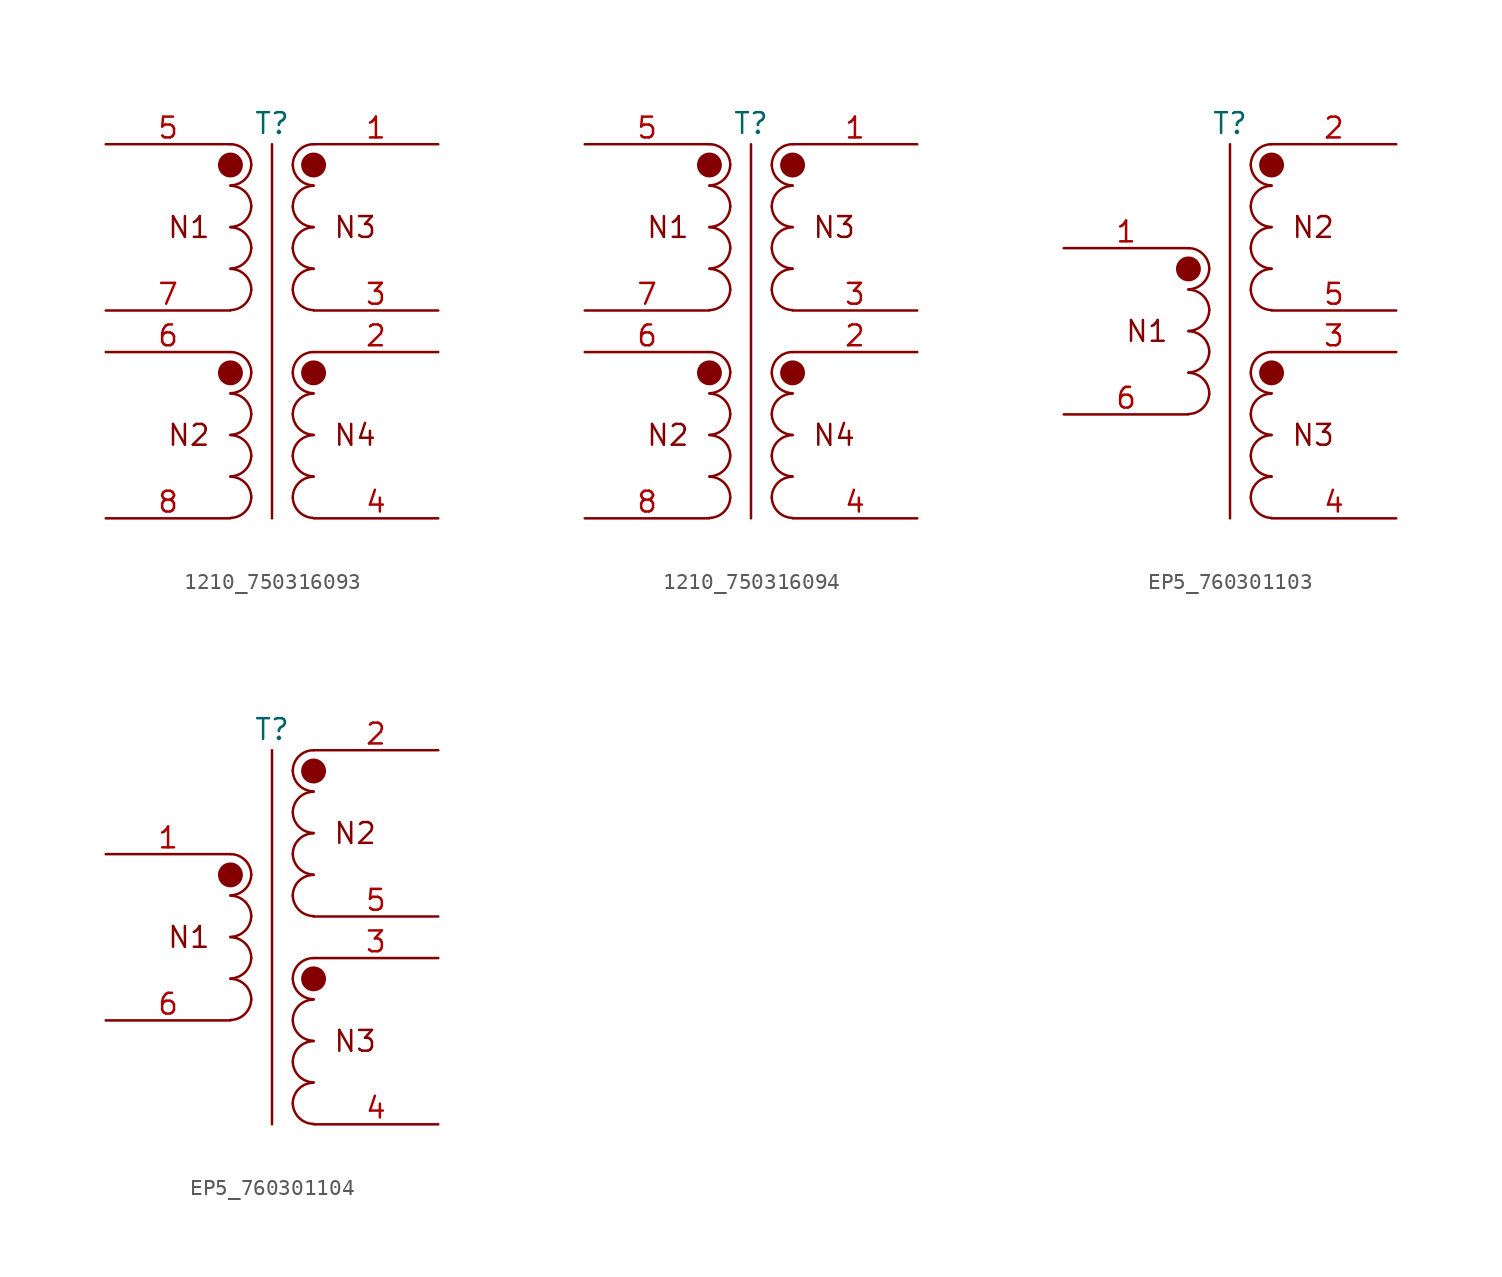
<source format=kicad_sym>
(kicad_symbol_lib
  (version 20220914)
  (generator kicad_symbol_editor)
  (symbol "1210_750316093"
    (pin_names hide)
    (property "Reference" "T"
      (at 0 12.7 0)
      (effects (font (size 1.27 1.27))))
    (property "Critical Parameter" ""
      (at 0 -5.08 0)
      (effects (font (size 1.27 1.27)) (justify left)))
    (symbol "1210_750316093_0_1"
      (arc (start -2.54 -11.4046) (mid -1.6561 -11.0363) (end -1.27 -10.16) (stroke (width 0) (type default)) (fill (type none)))
      (arc (start -2.54 -8.8646) (mid -1.6561 -8.4963) (end -1.27 -7.62) (stroke (width 0) (type default)) (fill (type none)))
      (arc (start -2.54 -6.3246) (mid -1.6561 -5.9563) (end -1.27 -5.08) (stroke (width 0) (type default)) (fill (type none)))
      (arc (start -2.54 -3.7846) (mid -1.6561 -3.4163) (end -1.27 -2.54) (stroke (width 0) (type default)) (fill (type none)))
      (arc (start -2.54 1.2954) (mid -1.6561 1.6637) (end -1.27 2.54) (stroke (width 0) (type default)) (fill (type none)))
      (arc (start -2.54 3.8354) (mid -1.6561 4.2037) (end -1.27 5.08) (stroke (width 0) (type default)) (fill (type none)))
      (arc (start -2.54 6.3754) (mid -1.6561 6.7437) (end -1.27 7.62) (stroke (width 0) (type default)) (fill (type none)))
      (arc (start -2.54 8.9154) (mid -1.6561 9.2837) (end -1.27 10.16) (stroke (width 0) (type default)) (fill (type none)))
      (arc (start -1.27 -10.16) (mid -1.642 -9.262) (end -2.54 -8.89) (stroke (width 0) (type default)) (fill (type none)))
      (arc (start -1.27 -7.62) (mid -1.642 -6.722) (end -2.54 -6.35) (stroke (width 0) (type default)) (fill (type none)))
      (arc (start -1.27 -5.08) (mid -1.642 -4.182) (end -2.54 -3.81) (stroke (width 0) (type default)) (fill (type none)))
      (arc (start -1.27 -2.54) (mid -1.642 -1.642) (end -2.54 -1.27) (stroke (width 0) (type default)) (fill (type none)))
      (arc (start -1.27 2.54) (mid -1.642 3.438) (end -2.54 3.81) (stroke (width 0) (type default)) (fill (type none)))
      (arc (start -1.27 5.08) (mid -1.642 5.978) (end -2.54 6.35) (stroke (width 0) (type default)) (fill (type none)))
      (arc (start -1.27 7.62) (mid -1.642 8.518) (end -2.54 8.89) (stroke (width 0) (type default)) (fill (type none)))
      (arc (start -1.27 10.16) (mid -1.642 11.058) (end -2.54 11.43) (stroke (width 0) (type default)) (fill (type none)))
      (polyline (pts (xy 0 -11.43) (xy 0 11.43)) (stroke (width 0) (type default)) (fill (type none)))
      (arc (start 1.27 -10.16) (mid 1.6561 -11.0363) (end 2.54 -11.4046) (stroke (width 0) (type default)) (fill (type none)))
      (arc (start 1.27 -7.62) (mid 1.6561 -8.4963) (end 2.54 -8.8646) (stroke (width 0) (type default)) (fill (type none)))
      (arc (start 1.27 -5.08) (mid 1.6561 -5.9563) (end 2.54 -6.3246) (stroke (width 0) (type default)) (fill (type none)))
      (arc (start 1.27 -2.54) (mid 1.6561 -3.4163) (end 2.54 -3.7846) (stroke (width 0) (type default)) (fill (type none)))
      (arc (start 1.27 2.54) (mid 1.6561 1.6637) (end 2.54 1.2954) (stroke (width 0) (type default)) (fill (type none)))
      (arc (start 1.27 5.08) (mid 1.6561 4.2037) (end 2.54 3.8354) (stroke (width 0) (type default)) (fill (type none)))
      (arc (start 1.27 7.62) (mid 1.6561 6.7437) (end 2.54 6.3754) (stroke (width 0) (type default)) (fill (type none)))
      (arc (start 1.27 10.16) (mid 1.6561 9.2837) (end 2.54 8.9154) (stroke (width 0) (type default)) (fill (type none)))
      (arc (start 2.54 -8.89) (mid 1.642 -9.262) (end 1.27 -10.16) (stroke (width 0) (type default)) (fill (type none)))
      (arc (start 2.54 -6.35) (mid 1.642 -6.722) (end 1.27 -7.62) (stroke (width 0) (type default)) (fill (type none)))
      (arc (start 2.54 -3.81) (mid 1.642 -4.182) (end 1.27 -5.08) (stroke (width 0) (type default)) (fill (type none)))
      (arc (start 2.54 -1.27) (mid 1.642 -1.642) (end 1.27 -2.54) (stroke (width 0) (type default)) (fill (type none)))
      (arc (start 2.54 3.81) (mid 1.642 3.438) (end 1.27 2.54) (stroke (width 0) (type default)) (fill (type none)))
      (arc (start 2.54 6.35) (mid 1.642 5.978) (end 1.27 5.08) (stroke (width 0) (type default)) (fill (type none)))
      (arc (start 2.54 8.89) (mid 1.642 8.518) (end 1.27 7.62) (stroke (width 0) (type default)) (fill (type none)))
      (arc (start 2.54 11.43) (mid 1.642 11.058) (end 1.27 10.16) (stroke (width 0) (type default)) (fill (type none))))
    (symbol "1210_750316093_1_1"
      (circle (center -2.54 -2.54) (radius 0.0001) (stroke (width 0.762) (type default)) (fill (type none)))
      (circle (center -2.54 10.16) (radius 0.0001) (stroke (width 0.762) (type default)) (fill (type none)))
      (circle (center 2.54 -2.54) (radius 0.0001) (stroke (width 0.762) (type default)) (fill (type none)))
      (circle (center 2.54 10.16) (radius 0.0001) (stroke (width 0.762) (type default)) (fill (type none)))
      (text "N1" (at -5.08 6.35 0) (effects (font (size 1.27 1.27))))
      (text "N2" (at -5.08 -6.35 0) (effects (font (size 1.27 1.27))))
      (text "N3" (at 5.08 6.35 0) (effects (font (size 1.27 1.27))))
      (text "N4" (at 5.08 -6.35 0) (effects (font (size 1.27 1.27))))
      (pin passive line (at 10.16 11.43 180) (length 7.62) (name "1" (effects (font (size 1.27 1.27)))) (number "1" (effects (font (size 1.27 1.27)))))
      (pin passive line (at 10.16 -1.27 180) (length 7.62) (name "2" (effects (font (size 1.27 1.27)))) (number "2" (effects (font (size 1.27 1.27)))))
      (pin passive line (at 10.16 1.27 180) (length 7.62) (name "3" (effects (font (size 1.27 1.27)))) (number "3" (effects (font (size 1.27 1.27)))))
      (pin passive line (at 10.16 -11.43 180) (length 7.62) (name "4" (effects (font (size 1.27 1.27)))) (number "4" (effects (font (size 1.27 1.27)))))
      (pin passive line (at -10.16 11.43 0) (length 7.62) (name "5" (effects (font (size 1.27 1.27)))) (number "5" (effects (font (size 1.27 1.27)))))
      (pin passive line (at -10.16 -1.27 0) (length 7.62) (name "6" (effects (font (size 1.27 1.27)))) (number "6" (effects (font (size 1.27 1.27)))))
      (pin passive line (at -10.16 1.27 0) (length 7.62) (name "7" (effects (font (size 1.27 1.27)))) (number "7" (effects (font (size 1.27 1.27)))))
      (pin passive line (at -10.16 -11.43 0) (length 7.62) (name "8" (effects (font (size 1.27 1.27)))) (number "8" (effects (font (size 1.27 1.27)))))))
  (symbol "1210_750316094"
    (pin_names hide)
    (property "Reference" "T"
      (at 0 12.7 0)
      (effects (font (size 1.27 1.27))))
    (property "Critical Parameter" ""
      (at 0 -5.08 0)
      (effects (font (size 1.27 1.27)) (justify left)))
    (symbol "1210_750316094_0_1"
      (arc (start -2.54 -11.4046) (mid -1.6561 -11.0363) (end -1.27 -10.16) (stroke (width 0) (type default)) (fill (type none)))
      (arc (start -2.54 -8.8646) (mid -1.6561 -8.4963) (end -1.27 -7.62) (stroke (width 0) (type default)) (fill (type none)))
      (arc (start -2.54 -6.3246) (mid -1.6561 -5.9563) (end -1.27 -5.08) (stroke (width 0) (type default)) (fill (type none)))
      (arc (start -2.54 -3.7846) (mid -1.6561 -3.4163) (end -1.27 -2.54) (stroke (width 0) (type default)) (fill (type none)))
      (arc (start -2.54 1.2954) (mid -1.6561 1.6637) (end -1.27 2.54) (stroke (width 0) (type default)) (fill (type none)))
      (arc (start -2.54 3.8354) (mid -1.6561 4.2037) (end -1.27 5.08) (stroke (width 0) (type default)) (fill (type none)))
      (arc (start -2.54 6.3754) (mid -1.6561 6.7437) (end -1.27 7.62) (stroke (width 0) (type default)) (fill (type none)))
      (arc (start -2.54 8.9154) (mid -1.6561 9.2837) (end -1.27 10.16) (stroke (width 0) (type default)) (fill (type none)))
      (arc (start -1.27 -10.16) (mid -1.642 -9.262) (end -2.54 -8.89) (stroke (width 0) (type default)) (fill (type none)))
      (arc (start -1.27 -7.62) (mid -1.642 -6.722) (end -2.54 -6.35) (stroke (width 0) (type default)) (fill (type none)))
      (arc (start -1.27 -5.08) (mid -1.642 -4.182) (end -2.54 -3.81) (stroke (width 0) (type default)) (fill (type none)))
      (arc (start -1.27 -2.54) (mid -1.642 -1.642) (end -2.54 -1.27) (stroke (width 0) (type default)) (fill (type none)))
      (arc (start -1.27 2.54) (mid -1.642 3.438) (end -2.54 3.81) (stroke (width 0) (type default)) (fill (type none)))
      (arc (start -1.27 5.08) (mid -1.642 5.978) (end -2.54 6.35) (stroke (width 0) (type default)) (fill (type none)))
      (arc (start -1.27 7.62) (mid -1.642 8.518) (end -2.54 8.89) (stroke (width 0) (type default)) (fill (type none)))
      (arc (start -1.27 10.16) (mid -1.642 11.058) (end -2.54 11.43) (stroke (width 0) (type default)) (fill (type none)))
      (polyline (pts (xy 0 -11.43) (xy 0 11.43)) (stroke (width 0) (type default)) (fill (type none)))
      (arc (start 1.27 -10.16) (mid 1.6561 -11.0363) (end 2.54 -11.4046) (stroke (width 0) (type default)) (fill (type none)))
      (arc (start 1.27 -7.62) (mid 1.6561 -8.4963) (end 2.54 -8.8646) (stroke (width 0) (type default)) (fill (type none)))
      (arc (start 1.27 -5.08) (mid 1.6561 -5.9563) (end 2.54 -6.3246) (stroke (width 0) (type default)) (fill (type none)))
      (arc (start 1.27 -2.54) (mid 1.6561 -3.4163) (end 2.54 -3.7846) (stroke (width 0) (type default)) (fill (type none)))
      (arc (start 1.27 2.54) (mid 1.6561 1.6637) (end 2.54 1.2954) (stroke (width 0) (type default)) (fill (type none)))
      (arc (start 1.27 5.08) (mid 1.6561 4.2037) (end 2.54 3.8354) (stroke (width 0) (type default)) (fill (type none)))
      (arc (start 1.27 7.62) (mid 1.6561 6.7437) (end 2.54 6.3754) (stroke (width 0) (type default)) (fill (type none)))
      (arc (start 1.27 10.16) (mid 1.6561 9.2837) (end 2.54 8.9154) (stroke (width 0) (type default)) (fill (type none)))
      (arc (start 2.54 -8.89) (mid 1.642 -9.262) (end 1.27 -10.16) (stroke (width 0) (type default)) (fill (type none)))
      (arc (start 2.54 -6.35) (mid 1.642 -6.722) (end 1.27 -7.62) (stroke (width 0) (type default)) (fill (type none)))
      (arc (start 2.54 -3.81) (mid 1.642 -4.182) (end 1.27 -5.08) (stroke (width 0) (type default)) (fill (type none)))
      (arc (start 2.54 -1.27) (mid 1.642 -1.642) (end 1.27 -2.54) (stroke (width 0) (type default)) (fill (type none)))
      (arc (start 2.54 3.81) (mid 1.642 3.438) (end 1.27 2.54) (stroke (width 0) (type default)) (fill (type none)))
      (arc (start 2.54 6.35) (mid 1.642 5.978) (end 1.27 5.08) (stroke (width 0) (type default)) (fill (type none)))
      (arc (start 2.54 8.89) (mid 1.642 8.518) (end 1.27 7.62) (stroke (width 0) (type default)) (fill (type none)))
      (arc (start 2.54 11.43) (mid 1.642 11.058) (end 1.27 10.16) (stroke (width 0) (type default)) (fill (type none))))
    (symbol "1210_750316094_1_1"
      (circle (center -2.54 -2.54) (radius 0.0001) (stroke (width 0.762) (type default)) (fill (type none)))
      (circle (center -2.54 10.16) (radius 0.0001) (stroke (width 0.762) (type default)) (fill (type none)))
      (circle (center 2.54 -2.54) (radius 0.0001) (stroke (width 0.762) (type default)) (fill (type none)))
      (circle (center 2.54 10.16) (radius 0.0001) (stroke (width 0.762) (type default)) (fill (type none)))
      (text "N1" (at -5.08 6.35 0) (effects (font (size 1.27 1.27))))
      (text "N2" (at -5.08 -6.35 0) (effects (font (size 1.27 1.27))))
      (text "N3" (at 5.08 6.35 0) (effects (font (size 1.27 1.27))))
      (text "N4" (at 5.08 -6.35 0) (effects (font (size 1.27 1.27))))
      (pin passive line (at 10.16 11.43 180) (length 7.62) (name "1" (effects (font (size 1.27 1.27)))) (number "1" (effects (font (size 1.27 1.27)))))
      (pin passive line (at 10.16 -1.27 180) (length 7.62) (name "2" (effects (font (size 1.27 1.27)))) (number "2" (effects (font (size 1.27 1.27)))))
      (pin passive line (at 10.16 1.27 180) (length 7.62) (name "3" (effects (font (size 1.27 1.27)))) (number "3" (effects (font (size 1.27 1.27)))))
      (pin passive line (at 10.16 -11.43 180) (length 7.62) (name "4" (effects (font (size 1.27 1.27)))) (number "4" (effects (font (size 1.27 1.27)))))
      (pin passive line (at -10.16 11.43 0) (length 7.62) (name "5" (effects (font (size 1.27 1.27)))) (number "5" (effects (font (size 1.27 1.27)))))
      (pin passive line (at -10.16 -1.27 0) (length 7.62) (name "6" (effects (font (size 1.27 1.27)))) (number "6" (effects (font (size 1.27 1.27)))))
      (pin passive line (at -10.16 1.27 0) (length 7.62) (name "7" (effects (font (size 1.27 1.27)))) (number "7" (effects (font (size 1.27 1.27)))))
      (pin passive line (at -10.16 -11.43 0) (length 7.62) (name "8" (effects (font (size 1.27 1.27)))) (number "8" (effects (font (size 1.27 1.27)))))))
  (symbol "EP5_760301103"
    (pin_names hide)
    (property "Reference" "T"
      (at 0 12.7 0)
      (effects (font (size 1.27 1.27))))
    (property "Critical Parameter" ""
      (at 0 -5.08 0)
      (effects (font (size 1.27 1.27)) (justify left)))
    (symbol "EP5_760301103_0_1"
      (arc (start -2.54 -5.0546) (mid -1.6561 -4.6863) (end -1.27 -3.81) (stroke (width 0) (type default)) (fill (type none)))
      (arc (start -2.54 -2.5146) (mid -1.6561 -2.1463) (end -1.27 -1.27) (stroke (width 0) (type default)) (fill (type none)))
      (arc (start -2.54 0.0254) (mid -1.6561 0.3937) (end -1.27 1.27) (stroke (width 0) (type default)) (fill (type none)))
      (arc (start -2.54 2.5654) (mid -1.6561 2.9337) (end -1.27 3.81) (stroke (width 0) (type default)) (fill (type none)))
      (arc (start -1.27 -3.81) (mid -1.642 -2.912) (end -2.54 -2.54) (stroke (width 0) (type default)) (fill (type none)))
      (arc (start -1.27 -1.27) (mid -1.642 -0.372) (end -2.54 0) (stroke (width 0) (type default)) (fill (type none)))
      (arc (start -1.27 1.27) (mid -1.642 2.168) (end -2.54 2.54) (stroke (width 0) (type default)) (fill (type none)))
      (arc (start -1.27 3.81) (mid -1.642 4.708) (end -2.54 5.08) (stroke (width 0) (type default)) (fill (type none)))
      (polyline (pts (xy 0 -11.43) (xy 0 11.43)) (stroke (width 0) (type default)) (fill (type none)))
      (arc (start 1.27 -10.16) (mid 1.6561 -11.0363) (end 2.54 -11.4046) (stroke (width 0) (type default)) (fill (type none)))
      (arc (start 1.27 -7.62) (mid 1.6561 -8.4963) (end 2.54 -8.8646) (stroke (width 0) (type default)) (fill (type none)))
      (arc (start 1.27 -5.08) (mid 1.6561 -5.9563) (end 2.54 -6.3246) (stroke (width 0) (type default)) (fill (type none)))
      (arc (start 1.27 -2.54) (mid 1.6561 -3.4163) (end 2.54 -3.7846) (stroke (width 0) (type default)) (fill (type none)))
      (arc (start 1.27 2.54) (mid 1.6561 1.6637) (end 2.54 1.2954) (stroke (width 0) (type default)) (fill (type none)))
      (arc (start 1.27 5.08) (mid 1.6561 4.2037) (end 2.54 3.8354) (stroke (width 0) (type default)) (fill (type none)))
      (arc (start 1.27 7.62) (mid 1.6561 6.7437) (end 2.54 6.3754) (stroke (width 0) (type default)) (fill (type none)))
      (arc (start 1.27 10.16) (mid 1.6561 9.2837) (end 2.54 8.9154) (stroke (width 0) (type default)) (fill (type none)))
      (arc (start 2.54 -8.89) (mid 1.642 -9.262) (end 1.27 -10.16) (stroke (width 0) (type default)) (fill (type none)))
      (arc (start 2.54 -6.35) (mid 1.642 -6.722) (end 1.27 -7.62) (stroke (width 0) (type default)) (fill (type none)))
      (arc (start 2.54 -3.81) (mid 1.642 -4.182) (end 1.27 -5.08) (stroke (width 0) (type default)) (fill (type none)))
      (arc (start 2.54 -1.27) (mid 1.642 -1.642) (end 1.27 -2.54) (stroke (width 0) (type default)) (fill (type none)))
      (arc (start 2.54 3.81) (mid 1.642 3.438) (end 1.27 2.54) (stroke (width 0) (type default)) (fill (type none)))
      (arc (start 2.54 6.35) (mid 1.642 5.978) (end 1.27 5.08) (stroke (width 0) (type default)) (fill (type none)))
      (arc (start 2.54 8.89) (mid 1.642 8.518) (end 1.27 7.62) (stroke (width 0) (type default)) (fill (type none)))
      (arc (start 2.54 11.43) (mid 1.642 11.058) (end 1.27 10.16) (stroke (width 0) (type default)) (fill (type none))))
    (symbol "EP5_760301103_1_1"
      (circle (center -2.54 3.81) (radius 0.0001) (stroke (width 0.762) (type default)) (fill (type none)))
      (circle (center 2.54 -2.54) (radius 0.0001) (stroke (width 0.762) (type default)) (fill (type none)))
      (circle (center 2.54 10.16) (radius 0.0001) (stroke (width 0.762) (type default)) (fill (type none)))
      (text "N1" (at -5.08 0 0) (effects (font (size 1.27 1.27))))
      (text "N2" (at 5.08 6.35 0) (effects (font (size 1.27 1.27))))
      (text "N3" (at 5.08 -6.35 0) (effects (font (size 1.27 1.27))))
      (pin passive line (at -10.16 5.08 0) (length 7.62) (name "1" (effects (font (size 1.27 1.27)))) (number "1" (effects (font (size 1.27 1.27)))))
      (pin passive line (at 10.16 11.43 180) (length 7.62) (name "2" (effects (font (size 1.27 1.27)))) (number "2" (effects (font (size 1.27 1.27)))))
      (pin passive line (at 10.16 -1.27 180) (length 7.62) (name "3" (effects (font (size 1.27 1.27)))) (number "3" (effects (font (size 1.27 1.27)))))
      (pin passive line (at 10.16 -11.43 180) (length 7.62) (name "4" (effects (font (size 1.27 1.27)))) (number "4" (effects (font (size 1.27 1.27)))))
      (pin passive line (at 10.16 1.27 180) (length 7.62) (name "5" (effects (font (size 1.27 1.27)))) (number "5" (effects (font (size 1.27 1.27)))))
      (pin passive line (at -10.16 -5.08 0) (length 7.62) (name "6" (effects (font (size 1.27 1.27)))) (number "6" (effects (font (size 1.27 1.27)))))))
  (symbol "EP5_760301104"
    (pin_names hide)
    (property "Reference" "T"
      (at 0 12.7 0)
      (effects (font (size 1.27 1.27))))
    (property "Critical Parameter" ""
      (at 0 -5.08 0)
      (effects (font (size 1.27 1.27)) (justify left)))
    (symbol "EP5_760301104_0_1"
      (arc (start -2.54 -5.0546) (mid -1.6561 -4.6863) (end -1.27 -3.81) (stroke (width 0) (type default)) (fill (type none)))
      (arc (start -2.54 -2.5146) (mid -1.6561 -2.1463) (end -1.27 -1.27) (stroke (width 0) (type default)) (fill (type none)))
      (arc (start -2.54 0.0254) (mid -1.6561 0.3937) (end -1.27 1.27) (stroke (width 0) (type default)) (fill (type none)))
      (arc (start -2.54 2.5654) (mid -1.6561 2.9337) (end -1.27 3.81) (stroke (width 0) (type default)) (fill (type none)))
      (arc (start -1.27 -3.81) (mid -1.642 -2.912) (end -2.54 -2.54) (stroke (width 0) (type default)) (fill (type none)))
      (arc (start -1.27 -1.27) (mid -1.642 -0.372) (end -2.54 0) (stroke (width 0) (type default)) (fill (type none)))
      (arc (start -1.27 1.27) (mid -1.642 2.168) (end -2.54 2.54) (stroke (width 0) (type default)) (fill (type none)))
      (arc (start -1.27 3.81) (mid -1.642 4.708) (end -2.54 5.08) (stroke (width 0) (type default)) (fill (type none)))
      (polyline (pts (xy 0 -11.43) (xy 0 11.43)) (stroke (width 0) (type default)) (fill (type none)))
      (arc (start 1.27 -10.16) (mid 1.6561 -11.0363) (end 2.54 -11.4046) (stroke (width 0) (type default)) (fill (type none)))
      (arc (start 1.27 -7.62) (mid 1.6561 -8.4963) (end 2.54 -8.8646) (stroke (width 0) (type default)) (fill (type none)))
      (arc (start 1.27 -5.08) (mid 1.6561 -5.9563) (end 2.54 -6.3246) (stroke (width 0) (type default)) (fill (type none)))
      (arc (start 1.27 -2.54) (mid 1.6561 -3.4163) (end 2.54 -3.7846) (stroke (width 0) (type default)) (fill (type none)))
      (arc (start 1.27 2.54) (mid 1.6561 1.6637) (end 2.54 1.2954) (stroke (width 0) (type default)) (fill (type none)))
      (arc (start 1.27 5.08) (mid 1.6561 4.2037) (end 2.54 3.8354) (stroke (width 0) (type default)) (fill (type none)))
      (arc (start 1.27 7.62) (mid 1.6561 6.7437) (end 2.54 6.3754) (stroke (width 0) (type default)) (fill (type none)))
      (arc (start 1.27 10.16) (mid 1.6561 9.2837) (end 2.54 8.9154) (stroke (width 0) (type default)) (fill (type none)))
      (arc (start 2.54 -8.89) (mid 1.642 -9.262) (end 1.27 -10.16) (stroke (width 0) (type default)) (fill (type none)))
      (arc (start 2.54 -6.35) (mid 1.642 -6.722) (end 1.27 -7.62) (stroke (width 0) (type default)) (fill (type none)))
      (arc (start 2.54 -3.81) (mid 1.642 -4.182) (end 1.27 -5.08) (stroke (width 0) (type default)) (fill (type none)))
      (arc (start 2.54 -1.27) (mid 1.642 -1.642) (end 1.27 -2.54) (stroke (width 0) (type default)) (fill (type none)))
      (arc (start 2.54 3.81) (mid 1.642 3.438) (end 1.27 2.54) (stroke (width 0) (type default)) (fill (type none)))
      (arc (start 2.54 6.35) (mid 1.642 5.978) (end 1.27 5.08) (stroke (width 0) (type default)) (fill (type none)))
      (arc (start 2.54 8.89) (mid 1.642 8.518) (end 1.27 7.62) (stroke (width 0) (type default)) (fill (type none)))
      (arc (start 2.54 11.43) (mid 1.642 11.058) (end 1.27 10.16) (stroke (width 0) (type default)) (fill (type none))))
    (symbol "EP5_760301104_1_1"
      (circle (center -2.54 3.81) (radius 0.0001) (stroke (width 0.762) (type default)) (fill (type none)))
      (circle (center 2.54 -2.54) (radius 0.0001) (stroke (width 0.762) (type default)) (fill (type none)))
      (circle (center 2.54 10.16) (radius 0.0001) (stroke (width 0.762) (type default)) (fill (type none)))
      (text "N1" (at -5.08 0 0) (effects (font (size 1.27 1.27))))
      (text "N2" (at 5.08 6.35 0) (effects (font (size 1.27 1.27))))
      (text "N3" (at 5.08 -6.35 0) (effects (font (size 1.27 1.27))))
      (pin passive line (at -10.16 5.08 0) (length 7.62) (name "1" (effects (font (size 1.27 1.27)))) (number "1" (effects (font (size 1.27 1.27)))))
      (pin passive line (at 10.16 11.43 180) (length 7.62) (name "2" (effects (font (size 1.27 1.27)))) (number "2" (effects (font (size 1.27 1.27)))))
      (pin passive line (at 10.16 -1.27 180) (length 7.62) (name "3" (effects (font (size 1.27 1.27)))) (number "3" (effects (font (size 1.27 1.27)))))
      (pin passive line (at 10.16 -11.43 180) (length 7.62) (name "4" (effects (font (size 1.27 1.27)))) (number "4" (effects (font (size 1.27 1.27)))))
      (pin passive line (at 10.16 1.27 180) (length 7.62) (name "5" (effects (font (size 1.27 1.27)))) (number "5" (effects (font (size 1.27 1.27)))))
      (pin passive line (at -10.16 -5.08 0) (length 7.62) (name "6" (effects (font (size 1.27 1.27)))) (number "6" (effects (font (size 1.27 1.27))))))))
</source>
